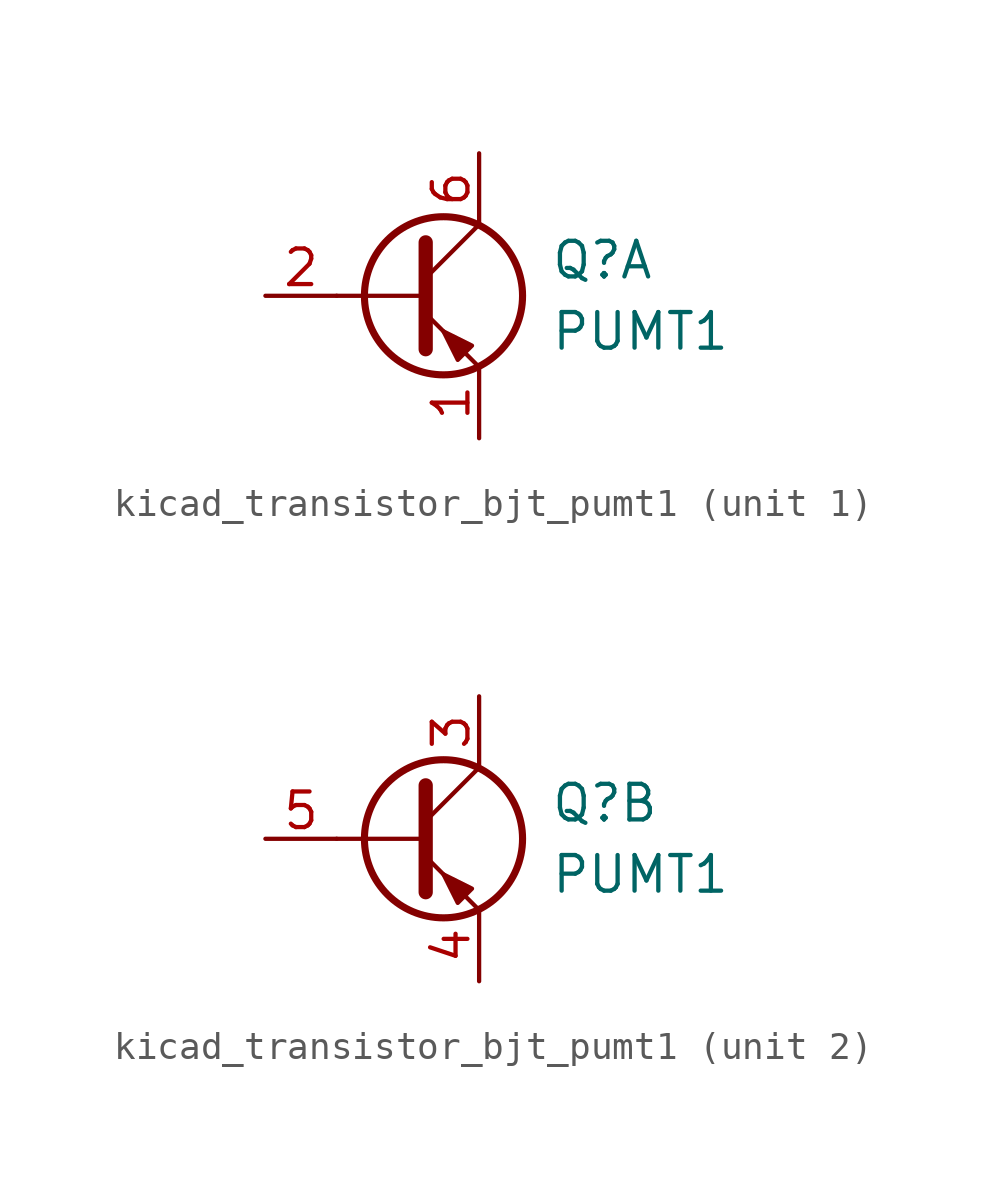
<source format=kicad_sym>
(kicad_symbol_lib
  (version 20220914)
  (generator kicad_symbol_editor)
  (symbol "kicad_transistor_bjt_pumt1"
    (pin_names
      (offset 0) hide)
    (property "Reference" "Q"
      (at 5.08 1.27 0)
      (effects (font (size 1.27 1.27)) (justify left)))
    (property "Value" "PUMT1"
      (at 5.08 -1.27 0)
      (effects (font (size 1.27 1.27)) (justify left)))
    (property "ki_locked" ""
      (at 0 0 0)
      (effects (font (size 1.27 1.27))))
    (symbol "kicad_transistor_bjt_pumt1_0_1"
      (polyline (pts (xy 0.635 0) (xy -2.54 0)) (stroke (width 0) (type default)) (fill (type none)))
      (polyline (pts (xy 0.635 0.635) (xy 2.54 2.54)) (stroke (width 0) (type default)) (fill (type none)))
      (polyline (pts (xy 0.635 -0.635) (xy 2.54 -2.54) (xy 2.54 -2.54)) (stroke (width 0) (type default)) (fill (type none)))
      (polyline (pts (xy 0.635 1.905) (xy 0.635 -1.905) (xy 0.635 -1.905)) (stroke (width 0.508) (type default)) (fill (type none)))
      (polyline (pts (xy 2.286 -1.778) (xy 1.778 -2.286) (xy 1.27 -1.27) (xy 2.286 -1.778) (xy 2.286 -1.778)) (stroke (width 0) (type default)) (fill (type outline)))
      (circle (center 1.27 0) (radius 2.819) (stroke (width 0.254) (type default)) (fill (type none))))
    (symbol "kicad_transistor_bjt_pumt1_1_1"
      (pin passive line (at 2.54 -5.08 90) (length 2.54) (name "E1" (effects (font (size 1.27 1.27)))) (number "1" (effects (font (size 1.27 1.27)))))
      (pin input line (at -5.08 0 0) (length 2.54) (name "B1" (effects (font (size 1.27 1.27)))) (number "2" (effects (font (size 1.27 1.27)))))
      (pin passive line (at 2.54 5.08 270) (length 2.54) (name "C1" (effects (font (size 1.27 1.27)))) (number "6" (effects (font (size 1.27 1.27))))))
    (symbol "kicad_transistor_bjt_pumt1_2_1"
      (pin passive line (at 2.54 5.08 270) (length 2.54) (name "C2" (effects (font (size 1.27 1.27)))) (number "3" (effects (font (size 1.27 1.27)))))
      (pin passive line (at 2.54 -5.08 90) (length 2.54) (name "E2" (effects (font (size 1.27 1.27)))) (number "4" (effects (font (size 1.27 1.27)))))
      (pin input line (at -5.08 0 0) (length 2.54) (name "B2" (effects (font (size 1.27 1.27)))) (number "5" (effects (font (size 1.27 1.27))))))))
</source>
